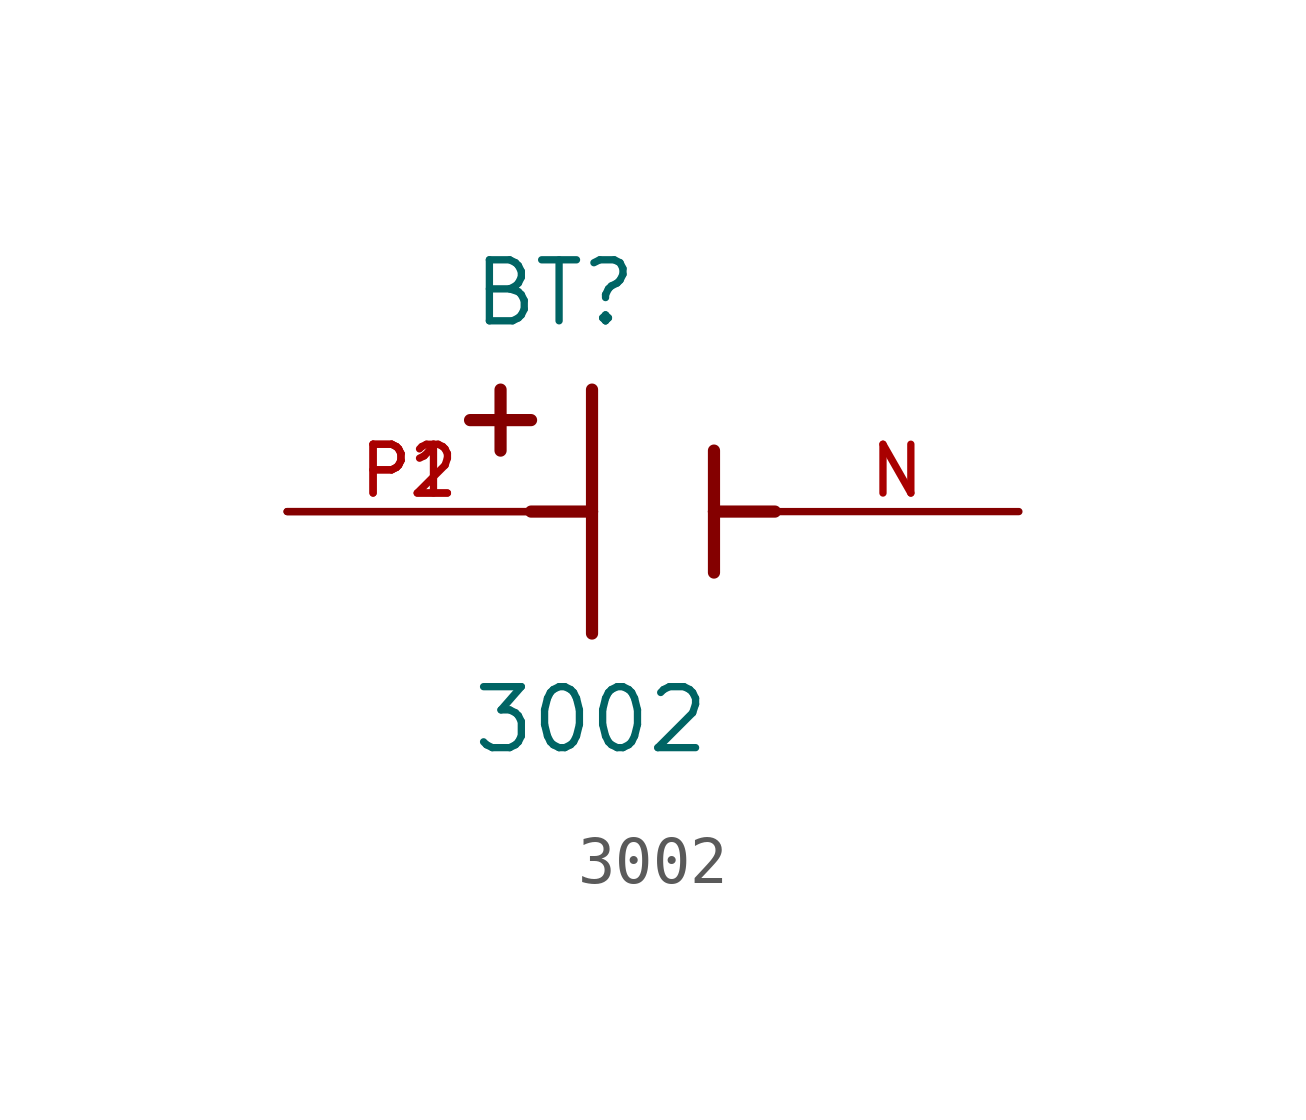
<source format=kicad_sym>
(kicad_symbol_lib
  (version 20211014)
  (generator kicad_symbol_editor)
  (symbol "3002"
    (pin_names
      (offset 1.016))
    (property "Reference" "BT"
      (at -3.81 3.81 0)
      (effects (font (size 1.27 1.27)) (justify bottom left)))
    (property "Value" "3002"
      (at -3.81 -5.08 0)
      (effects (font (size 1.27 1.27)) (justify bottom left)))
    (symbol "3002_0_0"
      (polyline (pts (xy -1.27 2.54) (xy -1.27 0.0)) (stroke (width 0.254)))
      (polyline (pts (xy -1.27 0.0) (xy -1.27 -2.54)) (stroke (width 0.254)))
      (polyline (pts (xy 1.27 1.27) (xy 1.27 0.0)) (stroke (width 0.254)))
      (polyline (pts (xy 1.27 0.0) (xy 1.27 -1.27)) (stroke (width 0.254)))
      (polyline (pts (xy -1.27 0.0) (xy -2.54 0.0)) (stroke (width 0.254)))
      (polyline (pts (xy 1.27 0.0) (xy 2.54 0.0)) (stroke (width 0.254)))
      (polyline (pts (xy -3.175 2.54) (xy -3.175 1.27)) (stroke (width 0.254)))
      (polyline (pts (xy -3.81 1.905) (xy -2.54 1.905)) (stroke (width 0.254)))
      (pin passive line (at -7.62 0.0 0) (length 5.08) (name "~" (effects (font (size 1.016 1.016)))) (number "P1" (effects (font (size 1.016 1.016)))))
      (pin passive line (at -7.62 0.0 0) (length 5.08) (name "~" (effects (font (size 1.016 1.016)))) (number "P2" (effects (font (size 1.016 1.016)))))
      (pin passive line (at 7.62 0.0 180.0) (length 5.08) (name "~" (effects (font (size 1.016 1.016)))) (number "N" (effects (font (size 1.016 1.016))))))))
</source>
